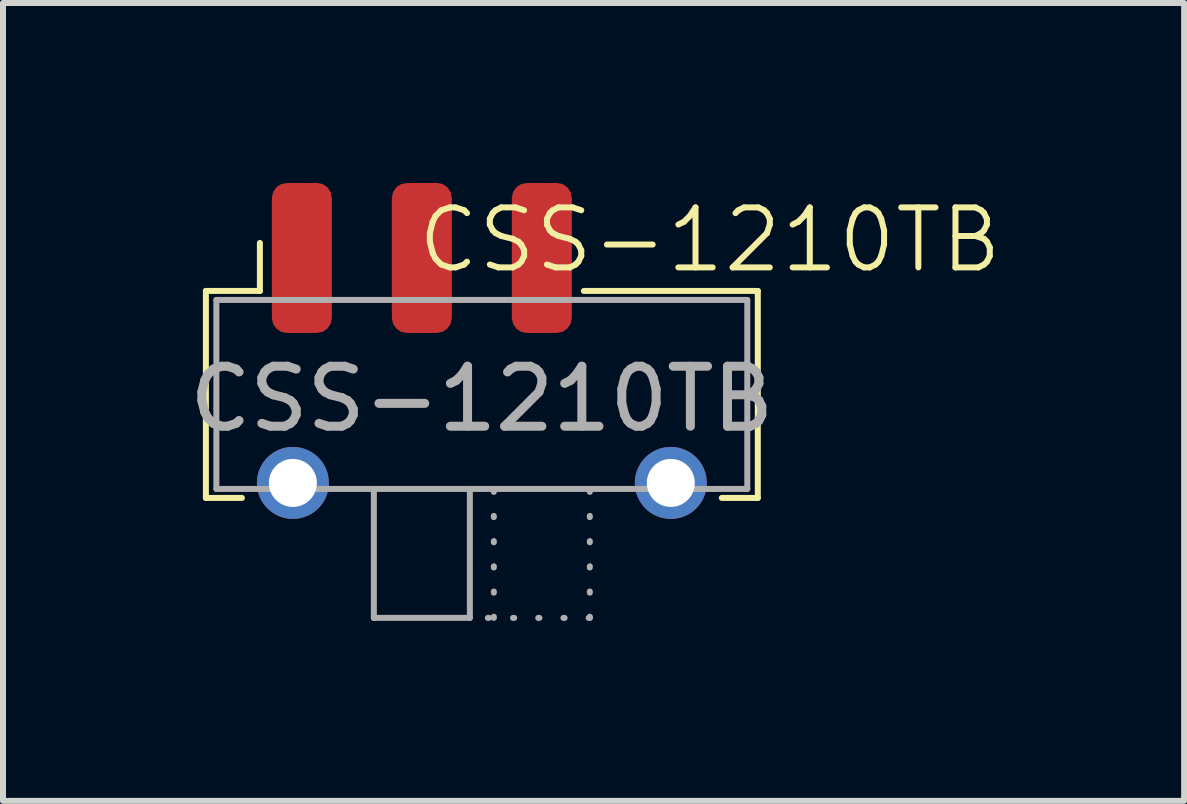
<source format=kicad_pcb>
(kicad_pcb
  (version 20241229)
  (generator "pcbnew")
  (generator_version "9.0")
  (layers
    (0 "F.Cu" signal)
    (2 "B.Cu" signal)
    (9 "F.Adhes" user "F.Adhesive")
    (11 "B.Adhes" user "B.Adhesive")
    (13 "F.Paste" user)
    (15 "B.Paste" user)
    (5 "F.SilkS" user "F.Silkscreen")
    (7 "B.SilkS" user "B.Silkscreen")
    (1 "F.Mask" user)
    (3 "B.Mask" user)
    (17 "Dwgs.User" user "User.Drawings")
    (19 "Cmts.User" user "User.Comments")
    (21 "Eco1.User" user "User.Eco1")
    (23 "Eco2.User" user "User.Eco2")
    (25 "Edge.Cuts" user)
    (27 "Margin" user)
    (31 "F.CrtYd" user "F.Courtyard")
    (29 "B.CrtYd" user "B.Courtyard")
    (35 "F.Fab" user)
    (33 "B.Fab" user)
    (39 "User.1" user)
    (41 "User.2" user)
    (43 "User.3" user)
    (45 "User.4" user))
  (footprint "CSS-1210TB"
    (layer "F.Cu")
    (at 1.982 1.25)
    (property "Reference" "CSS-1210TB" (at 6.8 -0.3 0) (unlocked yes) (layer "F.SilkS") (effects (font (size 1 1) (thickness 0.1))))
    (attr smd)
    (fp_line (start -1.6 0.55) (end -0.7 0.55) (stroke (width 0.1) (type default)) (layer "F.SilkS"))
    (fp_line (start -1.6 4) (end -1.6 0.55) (stroke (width 0.1) (type default)) (layer "F.SilkS"))
    (fp_line (start -1 4) (end -1.6 4) (stroke (width 0.1) (type default)) (layer "F.SilkS"))
    (fp_line (start -0.7 0.55) (end -0.7 -0.25) (stroke (width 0.1) (type default)) (layer "F.SilkS"))
    (fp_line (start 7 4) (end 7.6 4) (stroke (width 0.1) (type default)) (layer "F.SilkS"))
    (fp_line (start 7.6 0.55) (end 4.7 0.55) (stroke (width 0.1) (type default)) (layer "F.SilkS"))
    (fp_line (start 7.6 4) (end 7.6 0.55) (stroke (width 0.1) (type default)) (layer "F.SilkS"))
    (fp_line (start -1.425 0.7) (end 7.425 0.7) (stroke (width 0.1) (type default)) (layer "F.Fab"))
    (fp_line (start -1.425 3.85) (end -1.425 0.7) (stroke (width 0.1) (type default)) (layer "F.Fab"))
    (fp_line (start -1.425 3.85) (end 7.425 3.85) (stroke (width 0.1) (type default)) (layer "F.Fab"))
    (fp_line (start 1.2 3.85) (end 1.2 6) (stroke (width 0.1) (type default)) (layer "F.Fab"))
    (fp_line (start 1.2 6) (end 2.8 6) (stroke (width 0.1) (type default)) (layer "F.Fab"))
    (fp_line (start 2.8 3.85) (end 2.8 6) (stroke (width 0.1) (type default)) (layer "F.Fab"))
    (fp_line (start 3.2 6) (end 3.2 3.85) (stroke (width 0.1) (type dot)) (layer "F.Fab"))
    (fp_line (start 4.8 6) (end 2.8 6) (stroke (width 0.1) (type dot)) (layer "F.Fab"))
    (fp_line (start 4.8 6) (end 4.8 3.85) (stroke (width 0.1) (type dot)) (layer "F.Fab"))
    (fp_line (start 7.425 3.85) (end 7.425 0.7) (stroke (width 0.1) (type default)) (layer "F.Fab"))
    (fp_text user "${REFERENCE}" (at 3 2.35 0) (unlocked yes) (layer "F.Fab") (effects (font (size 1 1) (thickness 0.15))))
    (pad "" np_thru_hole circle (at -0.15 3.75) (size 1.2 1.2) (drill 0.8) (layers "*.Cu" "*.Mask"))
    (pad "" np_thru_hole circle (at 6.15 3.75) (size 1.2 1.2) (drill 0.8) (layers "*.Cu" "*.Mask"))
    (pad "1" smd roundrect (at 0 0) (size 1 2.5) (layers "F.Cu" "F.Mask" "F.Paste") (roundrect_rratio 0.25))
    (pad "2" smd roundrect (at 2 0) (size 1 2.5) (layers "F.Cu" "F.Mask" "F.Paste") (roundrect_rratio 0.25))
    (pad "3" smd roundrect (at 4 0) (size 1 2.5) (layers "F.Cu" "F.Mask" "F.Paste") (roundrect_rratio 0.25)))
  (gr_rect
    (start -3 -3)
    (end 16.689 10.3)
    (stroke (width 0.1) (type default))
    (fill no)
    (layer "Edge.Cuts")))
</source>
